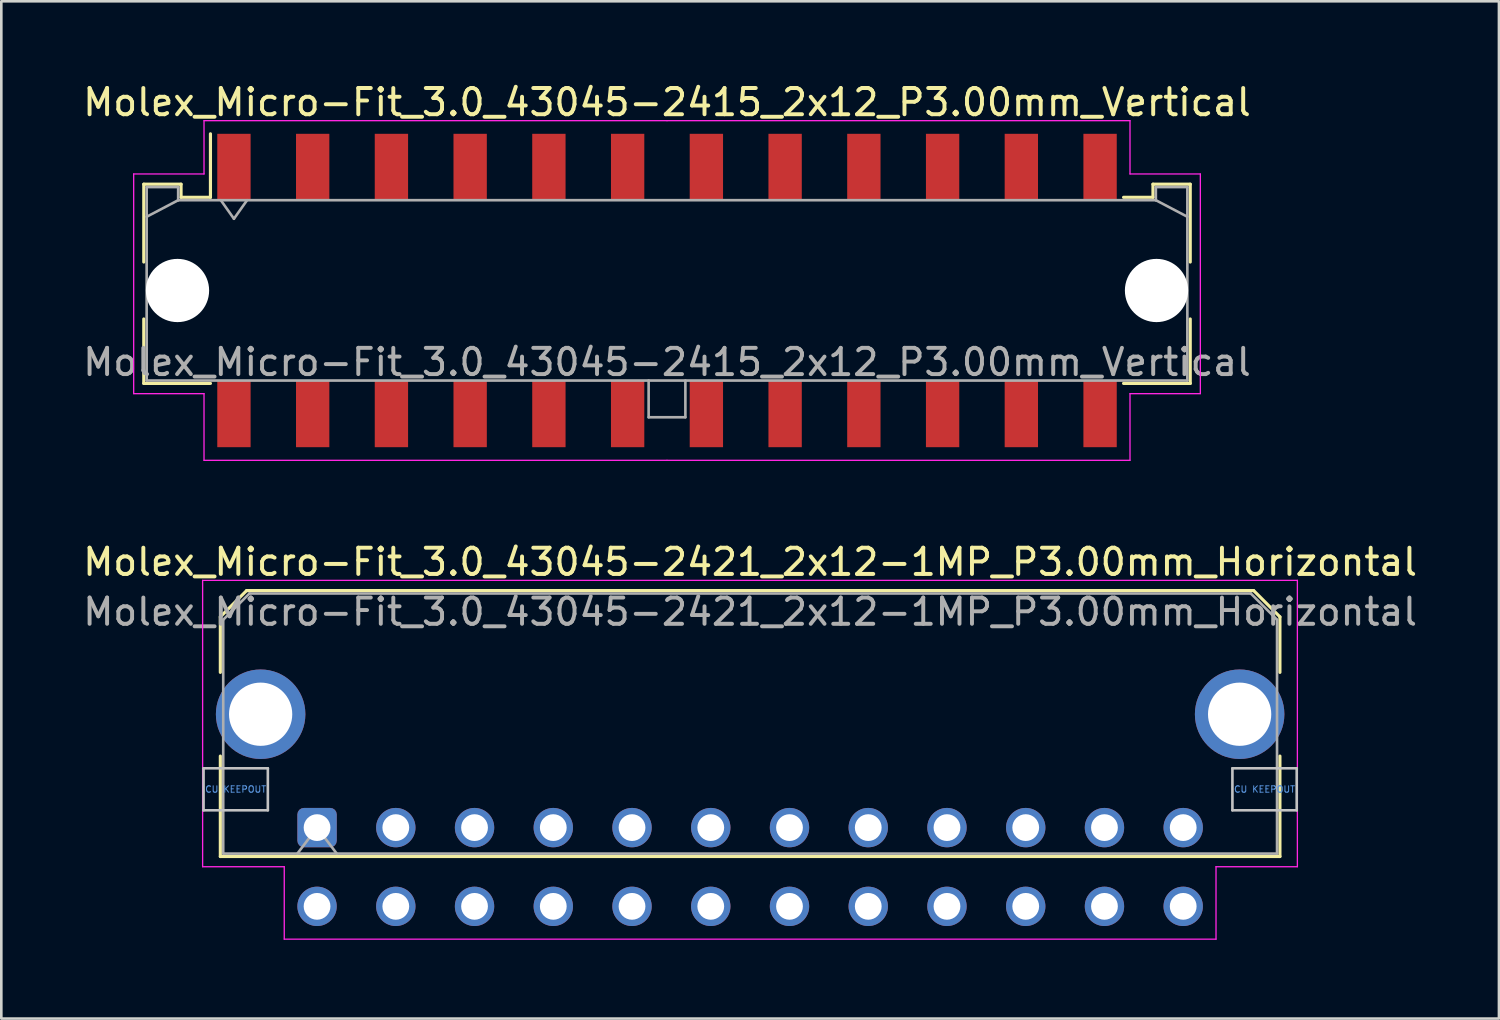
<source format=kicad_pcb>
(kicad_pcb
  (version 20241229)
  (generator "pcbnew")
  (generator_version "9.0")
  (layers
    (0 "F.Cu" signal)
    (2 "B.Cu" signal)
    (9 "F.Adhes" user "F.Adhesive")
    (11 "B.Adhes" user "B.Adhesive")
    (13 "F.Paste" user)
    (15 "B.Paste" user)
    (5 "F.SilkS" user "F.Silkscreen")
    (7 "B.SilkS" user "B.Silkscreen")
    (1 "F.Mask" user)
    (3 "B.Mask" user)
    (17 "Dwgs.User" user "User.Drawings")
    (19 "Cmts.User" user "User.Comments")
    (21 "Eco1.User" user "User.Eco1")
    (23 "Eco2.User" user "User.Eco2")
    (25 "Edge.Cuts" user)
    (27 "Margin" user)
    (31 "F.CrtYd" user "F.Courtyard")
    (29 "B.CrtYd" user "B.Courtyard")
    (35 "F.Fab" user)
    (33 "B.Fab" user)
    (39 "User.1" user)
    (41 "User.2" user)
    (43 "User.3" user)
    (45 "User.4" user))
  (footprint "Molex_Micro-Fit_3.0_43045-2421_2x12-1MP_P3.00mm_Horizontal"
    (layer "F.Cu")
    (at 9.03 28.482)
    (property "Reference" "Molex_Micro-Fit_3.0_43045-2421_2x12-1MP_P3.00mm_Horizontal" (at 16.5 -10.12 0) (layer "F.SilkS") (effects (font (size 1 1) (thickness 0.15))))
    (attr through_hole)
    (fp_line (start -3.685 -8.03) (end -2.685 -9.03) (stroke (width 0.12) (type solid)) (layer "F.SilkS"))
    (fp_line (start -3.685 -5.915) (end -3.685 -8.03) (stroke (width 0.12) (type solid)) (layer "F.SilkS"))
    (fp_line (start -3.685 -2.725) (end -3.685 1.1) (stroke (width 0.12) (type solid)) (layer "F.SilkS"))
    (fp_line (start -3.685 1.1) (end 36.685 1.1) (stroke (width 0.12) (type solid)) (layer "F.SilkS"))
    (fp_line (start -2.685 -9.03) (end 35.685 -9.03) (stroke (width 0.12) (type solid)) (layer "F.SilkS"))
    (fp_line (start 35.685 -9.03) (end 36.685 -8.03) (stroke (width 0.12) (type solid)) (layer "F.SilkS"))
    (fp_line (start 36.685 -8.03) (end 36.685 -5.915) (stroke (width 0.12) (type solid)) (layer "F.SilkS"))
    (fp_line (start 36.685 1.1) (end 36.685 -2.725) (stroke (width 0.12) (type solid)) (layer "F.SilkS"))
    (fp_line (start -4.325 -2.26) (end -4.325 -0.66) (stroke (width 0.1) (type solid)) (layer "Dwgs.User"))
    (fp_line (start -4.325 -0.66) (end -1.875 -0.66) (stroke (width 0.1) (type solid)) (layer "Dwgs.User"))
    (fp_line (start -1.875 -2.26) (end -4.325 -2.26) (stroke (width 0.1) (type solid)) (layer "Dwgs.User"))
    (fp_line (start -1.875 -0.66) (end -1.875 -2.26) (stroke (width 0.1) (type solid)) (layer "Dwgs.User"))
    (fp_line (start 34.875 -2.26) (end 34.875 -0.66) (stroke (width 0.1) (type solid)) (layer "Dwgs.User"))
    (fp_line (start 34.875 -0.66) (end 37.325 -0.66) (stroke (width 0.1) (type solid)) (layer "Dwgs.User"))
    (fp_line (start 37.325 -2.26) (end 34.875 -2.26) (stroke (width 0.1) (type solid)) (layer "Dwgs.User"))
    (fp_line (start 37.325 -0.66) (end 37.325 -2.26) (stroke (width 0.1) (type solid)) (layer "Dwgs.User"))
    (fp_line (start -4.36 -9.42) (end 37.35 -9.42) (stroke (width 0.05) (type solid)) (layer "F.CrtYd"))
    (fp_line (start -4.36 1.49) (end -4.36 -9.42) (stroke (width 0.05) (type solid)) (layer "F.CrtYd"))
    (fp_line (start -1.25 1.49) (end -4.36 1.49) (stroke (width 0.05) (type solid)) (layer "F.CrtYd"))
    (fp_line (start -1.25 4.25) (end -1.25 1.49) (stroke (width 0.05) (type solid)) (layer "F.CrtYd"))
    (fp_line (start 34.25 1.49) (end 34.25 4.25) (stroke (width 0.05) (type solid)) (layer "F.CrtYd"))
    (fp_line (start 34.25 4.25) (end -1.25 4.25) (stroke (width 0.05) (type solid)) (layer "F.CrtYd"))
    (fp_line (start 37.35 -9.42) (end 37.35 1.49) (stroke (width 0.05) (type solid)) (layer "F.CrtYd"))
    (fp_line (start 37.35 1.49) (end 34.25 1.49) (stroke (width 0.05) (type solid)) (layer "F.CrtYd"))
    (fp_line (start -3.575 -7.92) (end -2.575 -8.92) (stroke (width 0.1) (type solid)) (layer "F.Fab"))
    (fp_line (start -3.575 0.99) (end -3.575 -7.92) (stroke (width 0.1) (type solid)) (layer "F.Fab"))
    (fp_line (start -2.575 -8.92) (end 35.575 -8.92) (stroke (width 0.1) (type solid)) (layer "F.Fab"))
    (fp_line (start -0.75 0.99) (end 0 0) (stroke (width 0.1) (type solid)) (layer "F.Fab"))
    (fp_line (start 0 0) (end 0.75 0.99) (stroke (width 0.1) (type solid)) (layer "F.Fab"))
    (fp_line (start 35.575 -8.92) (end 36.575 -7.92) (stroke (width 0.1) (type solid)) (layer "F.Fab"))
    (fp_line (start 36.575 -7.92) (end 36.575 0.99) (stroke (width 0.1) (type solid)) (layer "F.Fab"))
    (fp_line (start 36.575 0.99) (end -3.575 0.99) (stroke (width 0.1) (type solid)) (layer "F.Fab"))
    (fp_text user "CU KEEPOUT" (at -3.1 -1.46 0) (layer "Cmts.User") (effects (font (size 0.245 0.245) (thickness 0.037))))
    (fp_text user "CU KEEPOUT" (at 36.1 -1.46 0) (layer "Cmts.User") (effects (font (size 0.245 0.245) (thickness 0.037))))
    (fp_text user "${REFERENCE}" (at 16.5 -8.22 0) (layer "F.Fab") (effects (font (size 1 1) (thickness 0.15))))
    (pad "1" thru_hole roundrect (at 0 0) (size 1.5 1.5) (drill 1.02) (layers "*.Cu" "*.Mask") (roundrect_rratio 0.167))
    (pad "2" thru_hole circle (at 3 0) (size 1.5 1.5) (drill 1.02) (layers "*.Cu" "*.Mask"))
    (pad "3" thru_hole circle (at 6 0) (size 1.5 1.5) (drill 1.02) (layers "*.Cu" "*.Mask"))
    (pad "4" thru_hole circle (at 9 0) (size 1.5 1.5) (drill 1.02) (layers "*.Cu" "*.Mask"))
    (pad "5" thru_hole circle (at 12 0) (size 1.5 1.5) (drill 1.02) (layers "*.Cu" "*.Mask"))
    (pad "6" thru_hole circle (at 15 0) (size 1.5 1.5) (drill 1.02) (layers "*.Cu" "*.Mask"))
    (pad "7" thru_hole circle (at 18 0) (size 1.5 1.5) (drill 1.02) (layers "*.Cu" "*.Mask"))
    (pad "8" thru_hole circle (at 21 0) (size 1.5 1.5) (drill 1.02) (layers "*.Cu" "*.Mask"))
    (pad "9" thru_hole circle (at 24 0) (size 1.5 1.5) (drill 1.02) (layers "*.Cu" "*.Mask"))
    (pad "10" thru_hole circle (at 27 0) (size 1.5 1.5) (drill 1.02) (layers "*.Cu" "*.Mask"))
    (pad "11" thru_hole circle (at 30 0) (size 1.5 1.5) (drill 1.02) (layers "*.Cu" "*.Mask"))
    (pad "12" thru_hole circle (at 33 0) (size 1.5 1.5) (drill 1.02) (layers "*.Cu" "*.Mask"))
    (pad "13" thru_hole circle (at 0 3) (size 1.5 1.5) (drill 1.02) (layers "*.Cu" "*.Mask"))
    (pad "14" thru_hole circle (at 3 3) (size 1.5 1.5) (drill 1.02) (layers "*.Cu" "*.Mask"))
    (pad "15" thru_hole circle (at 6 3) (size 1.5 1.5) (drill 1.02) (layers "*.Cu" "*.Mask"))
    (pad "16" thru_hole circle (at 9 3) (size 1.5 1.5) (drill 1.02) (layers "*.Cu" "*.Mask"))
    (pad "17" thru_hole circle (at 12 3) (size 1.5 1.5) (drill 1.02) (layers "*.Cu" "*.Mask"))
    (pad "18" thru_hole circle (at 15 3) (size 1.5 1.5) (drill 1.02) (layers "*.Cu" "*.Mask"))
    (pad "19" thru_hole circle (at 18 3) (size 1.5 1.5) (drill 1.02) (layers "*.Cu" "*.Mask"))
    (pad "20" thru_hole circle (at 21 3) (size 1.5 1.5) (drill 1.02) (layers "*.Cu" "*.Mask"))
    (pad "21" thru_hole circle (at 24 3) (size 1.5 1.5) (drill 1.02) (layers "*.Cu" "*.Mask"))
    (pad "22" thru_hole circle (at 27 3) (size 1.5 1.5) (drill 1.02) (layers "*.Cu" "*.Mask"))
    (pad "23" thru_hole circle (at 30 3) (size 1.5 1.5) (drill 1.02) (layers "*.Cu" "*.Mask"))
    (pad "24" thru_hole circle (at 33 3) (size 1.5 1.5) (drill 1.02) (layers "*.Cu" "*.Mask"))
    (pad "MP" thru_hole circle (at -2.15 -4.32) (size 3.41 3.41) (drill 2.41) (layers "*.Cu" "*.Mask"))
    (pad "MP" thru_hole circle (at 35.15 -4.32) (size 3.41 3.41) (drill 2.41) (layers "*.Cu" "*.Mask")))
  (footprint "Molex_Micro-Fit_3.0_43045-2415_2x12_P3.00mm_Vertical"
    (layer "F.Cu")
    (at 22.363 8.018)
    (property "Reference" "Molex_Micro-Fit_3.0_43045-2415_2x12_P3.00mm_Vertical" (at 0 -7.17 0) (layer "F.SilkS") (effects (font (size 1 1) (thickness 0.15))))
    (attr smd)
    (fp_line (start -19.935 -4.05) (end -18.515 -4.05) (stroke (width 0.12) (type solid)) (layer "F.SilkS"))
    (fp_line (start -19.935 -1.085) (end -19.935 -4.05) (stroke (width 0.12) (type solid)) (layer "F.SilkS"))
    (fp_line (start -19.935 1.085) (end -19.935 3.54) (stroke (width 0.12) (type solid)) (layer "F.SilkS"))
    (fp_line (start -19.935 3.54) (end -17.395 3.54) (stroke (width 0.12) (type solid)) (layer "F.SilkS"))
    (fp_line (start -18.515 -4.05) (end -18.515 -3.55) (stroke (width 0.12) (type solid)) (layer "F.SilkS"))
    (fp_line (start -18.515 -3.55) (end -17.395 -3.55) (stroke (width 0.12) (type solid)) (layer "F.SilkS"))
    (fp_line (start -17.395 -3.55) (end -17.395 -5.97) (stroke (width 0.12) (type solid)) (layer "F.SilkS"))
    (fp_line (start 18.515 -4.05) (end 18.515 -3.55) (stroke (width 0.12) (type solid)) (layer "F.SilkS"))
    (fp_line (start 18.515 -3.55) (end 17.395 -3.55) (stroke (width 0.12) (type solid)) (layer "F.SilkS"))
    (fp_line (start 19.935 -4.05) (end 18.515 -4.05) (stroke (width 0.12) (type solid)) (layer "F.SilkS"))
    (fp_line (start 19.935 -1.085) (end 19.935 -4.05) (stroke (width 0.12) (type solid)) (layer "F.SilkS"))
    (fp_line (start 19.935 1.085) (end 19.935 3.54) (stroke (width 0.12) (type solid)) (layer "F.SilkS"))
    (fp_line (start 19.935 3.54) (end 17.395 3.54) (stroke (width 0.12) (type solid)) (layer "F.SilkS"))
    (fp_line (start -20.32 -4.44) (end -20.32 3.93) (stroke (width 0.05) (type solid)) (layer "F.CrtYd"))
    (fp_line (start -20.32 3.93) (end -17.64 3.93) (stroke (width 0.05) (type solid)) (layer "F.CrtYd"))
    (fp_line (start -17.64 -6.47) (end -17.64 -4.44) (stroke (width 0.05) (type solid)) (layer "F.CrtYd"))
    (fp_line (start -17.64 -4.44) (end -20.32 -4.44) (stroke (width 0.05) (type solid)) (layer "F.CrtYd"))
    (fp_line (start -17.64 3.93) (end -17.64 6.47) (stroke (width 0.05) (type solid)) (layer "F.CrtYd"))
    (fp_line (start -17.64 6.47) (end 0 6.47) (stroke (width 0.05) (type solid)) (layer "F.CrtYd"))
    (fp_line (start 0 -6.47) (end -17.64 -6.47) (stroke (width 0.05) (type solid)) (layer "F.CrtYd"))
    (fp_line (start 0 -6.47) (end 17.64 -6.47) (stroke (width 0.05) (type solid)) (layer "F.CrtYd"))
    (fp_line (start 17.64 -6.47) (end 17.64 -4.44) (stroke (width 0.05) (type solid)) (layer "F.CrtYd"))
    (fp_line (start 17.64 -4.44) (end 20.32 -4.44) (stroke (width 0.05) (type solid)) (layer "F.CrtYd"))
    (fp_line (start 17.64 3.93) (end 17.64 6.47) (stroke (width 0.05) (type solid)) (layer "F.CrtYd"))
    (fp_line (start 17.64 6.47) (end 0 6.47) (stroke (width 0.05) (type solid)) (layer "F.CrtYd"))
    (fp_line (start 20.32 -4.44) (end 20.32 3.93) (stroke (width 0.05) (type solid)) (layer "F.CrtYd"))
    (fp_line (start 20.32 3.93) (end 17.64 3.93) (stroke (width 0.05) (type solid)) (layer "F.CrtYd"))
    (fp_line (start -19.825 -3.94) (end -19.825 3.43) (stroke (width 0.1) (type solid)) (layer "F.Fab"))
    (fp_line (start -19.825 -2.81) (end -18.625 -3.44) (stroke (width 0.1) (type solid)) (layer "F.Fab"))
    (fp_line (start -19.825 3.43) (end 19.825 3.43) (stroke (width 0.1) (type solid)) (layer "F.Fab"))
    (fp_line (start -18.625 -3.94) (end -19.825 -3.94) (stroke (width 0.1) (type solid)) (layer "F.Fab"))
    (fp_line (start -18.625 -3.44) (end -18.625 -3.94) (stroke (width 0.1) (type solid)) (layer "F.Fab"))
    (fp_line (start -17 -3.44) (end -16.5 -2.733) (stroke (width 0.1) (type solid)) (layer "F.Fab"))
    (fp_line (start -16.5 -2.733) (end -16 -3.44) (stroke (width 0.1) (type solid)) (layer "F.Fab"))
    (fp_line (start -0.7 3.43) (end -0.7 4.83) (stroke (width 0.1) (type solid)) (layer "F.Fab"))
    (fp_line (start -0.7 4.83) (end 0.7 4.83) (stroke (width 0.1) (type solid)) (layer "F.Fab"))
    (fp_line (start 0.7 4.83) (end 0.7 3.43) (stroke (width 0.1) (type solid)) (layer "F.Fab"))
    (fp_line (start 18.625 -3.94) (end 18.625 -3.44) (stroke (width 0.1) (type solid)) (layer "F.Fab"))
    (fp_line (start 18.625 -3.44) (end -18.625 -3.44) (stroke (width 0.1) (type solid)) (layer "F.Fab"))
    (fp_line (start 19.825 -3.94) (end 18.625 -3.94) (stroke (width 0.1) (type solid)) (layer "F.Fab"))
    (fp_line (start 19.825 -2.81) (end 18.625 -3.44) (stroke (width 0.1) (type solid)) (layer "F.Fab"))
    (fp_line (start 19.825 3.43) (end 19.825 -3.94) (stroke (width 0.1) (type solid)) (layer "F.Fab"))
    (fp_text user "${REFERENCE}" (at 0 2.73 0) (layer "F.Fab") (effects (font (size 1 1) (thickness 0.15))))
    (pad "" np_thru_hole circle (at -18.65 0) (size 2.41 2.41) (drill 2.41) (layers "*.Cu" "*.Mask"))
    (pad "" np_thru_hole circle (at 18.65 0) (size 2.41 2.41) (drill 2.41) (layers "*.Cu" "*.Mask"))
    (pad "1" smd rect (at -16.5 -4.7) (size 1.27 2.54) (layers "F.Cu" "F.Mask" "F.Paste"))
    (pad "2" smd rect (at -13.5 -4.7) (size 1.27 2.54) (layers "F.Cu" "F.Mask" "F.Paste"))
    (pad "3" smd rect (at -10.5 -4.7) (size 1.27 2.54) (layers "F.Cu" "F.Mask" "F.Paste"))
    (pad "4" smd rect (at -7.5 -4.7) (size 1.27 2.54) (layers "F.Cu" "F.Mask" "F.Paste"))
    (pad "5" smd rect (at -4.5 -4.7) (size 1.27 2.54) (layers "F.Cu" "F.Mask" "F.Paste"))
    (pad "6" smd rect (at -1.5 -4.7) (size 1.27 2.54) (layers "F.Cu" "F.Mask" "F.Paste"))
    (pad "7" smd rect (at 1.5 -4.7) (size 1.27 2.54) (layers "F.Cu" "F.Mask" "F.Paste"))
    (pad "8" smd rect (at 4.5 -4.7) (size 1.27 2.54) (layers "F.Cu" "F.Mask" "F.Paste"))
    (pad "9" smd rect (at 7.5 -4.7) (size 1.27 2.54) (layers "F.Cu" "F.Mask" "F.Paste"))
    (pad "10" smd rect (at 10.5 -4.7) (size 1.27 2.54) (layers "F.Cu" "F.Mask" "F.Paste"))
    (pad "11" smd rect (at 13.5 -4.7) (size 1.27 2.54) (layers "F.Cu" "F.Mask" "F.Paste"))
    (pad "12" smd rect (at 16.5 -4.7) (size 1.27 2.54) (layers "F.Cu" "F.Mask" "F.Paste"))
    (pad "13" smd rect (at -16.5 4.7) (size 1.27 2.54) (layers "F.Cu" "F.Mask" "F.Paste"))
    (pad "14" smd rect (at -13.5 4.7) (size 1.27 2.54) (layers "F.Cu" "F.Mask" "F.Paste"))
    (pad "15" smd rect (at -10.5 4.7) (size 1.27 2.54) (layers "F.Cu" "F.Mask" "F.Paste"))
    (pad "16" smd rect (at -7.5 4.7) (size 1.27 2.54) (layers "F.Cu" "F.Mask" "F.Paste"))
    (pad "17" smd rect (at -4.5 4.7) (size 1.27 2.54) (layers "F.Cu" "F.Mask" "F.Paste"))
    (pad "18" smd rect (at -1.5 4.7) (size 1.27 2.54) (layers "F.Cu" "F.Mask" "F.Paste"))
    (pad "19" smd rect (at 1.5 4.7) (size 1.27 2.54) (layers "F.Cu" "F.Mask" "F.Paste"))
    (pad "20" smd rect (at 4.5 4.7) (size 1.27 2.54) (layers "F.Cu" "F.Mask" "F.Paste"))
    (pad "21" smd rect (at 7.5 4.7) (size 1.27 2.54) (layers "F.Cu" "F.Mask" "F.Paste"))
    (pad "22" smd rect (at 10.5 4.7) (size 1.27 2.54) (layers "F.Cu" "F.Mask" "F.Paste"))
    (pad "23" smd rect (at 13.5 4.7) (size 1.27 2.54) (layers "F.Cu" "F.Mask" "F.Paste"))
    (pad "24" smd rect (at 16.5 4.7) (size 1.27 2.54) (layers "F.Cu" "F.Mask" "F.Paste")))
  (gr_rect
    (start -3 -3)
    (end 54.06 35.757)
    (stroke (width 0.1) (type default))
    (fill no)
    (layer "Edge.Cuts")))
</source>
